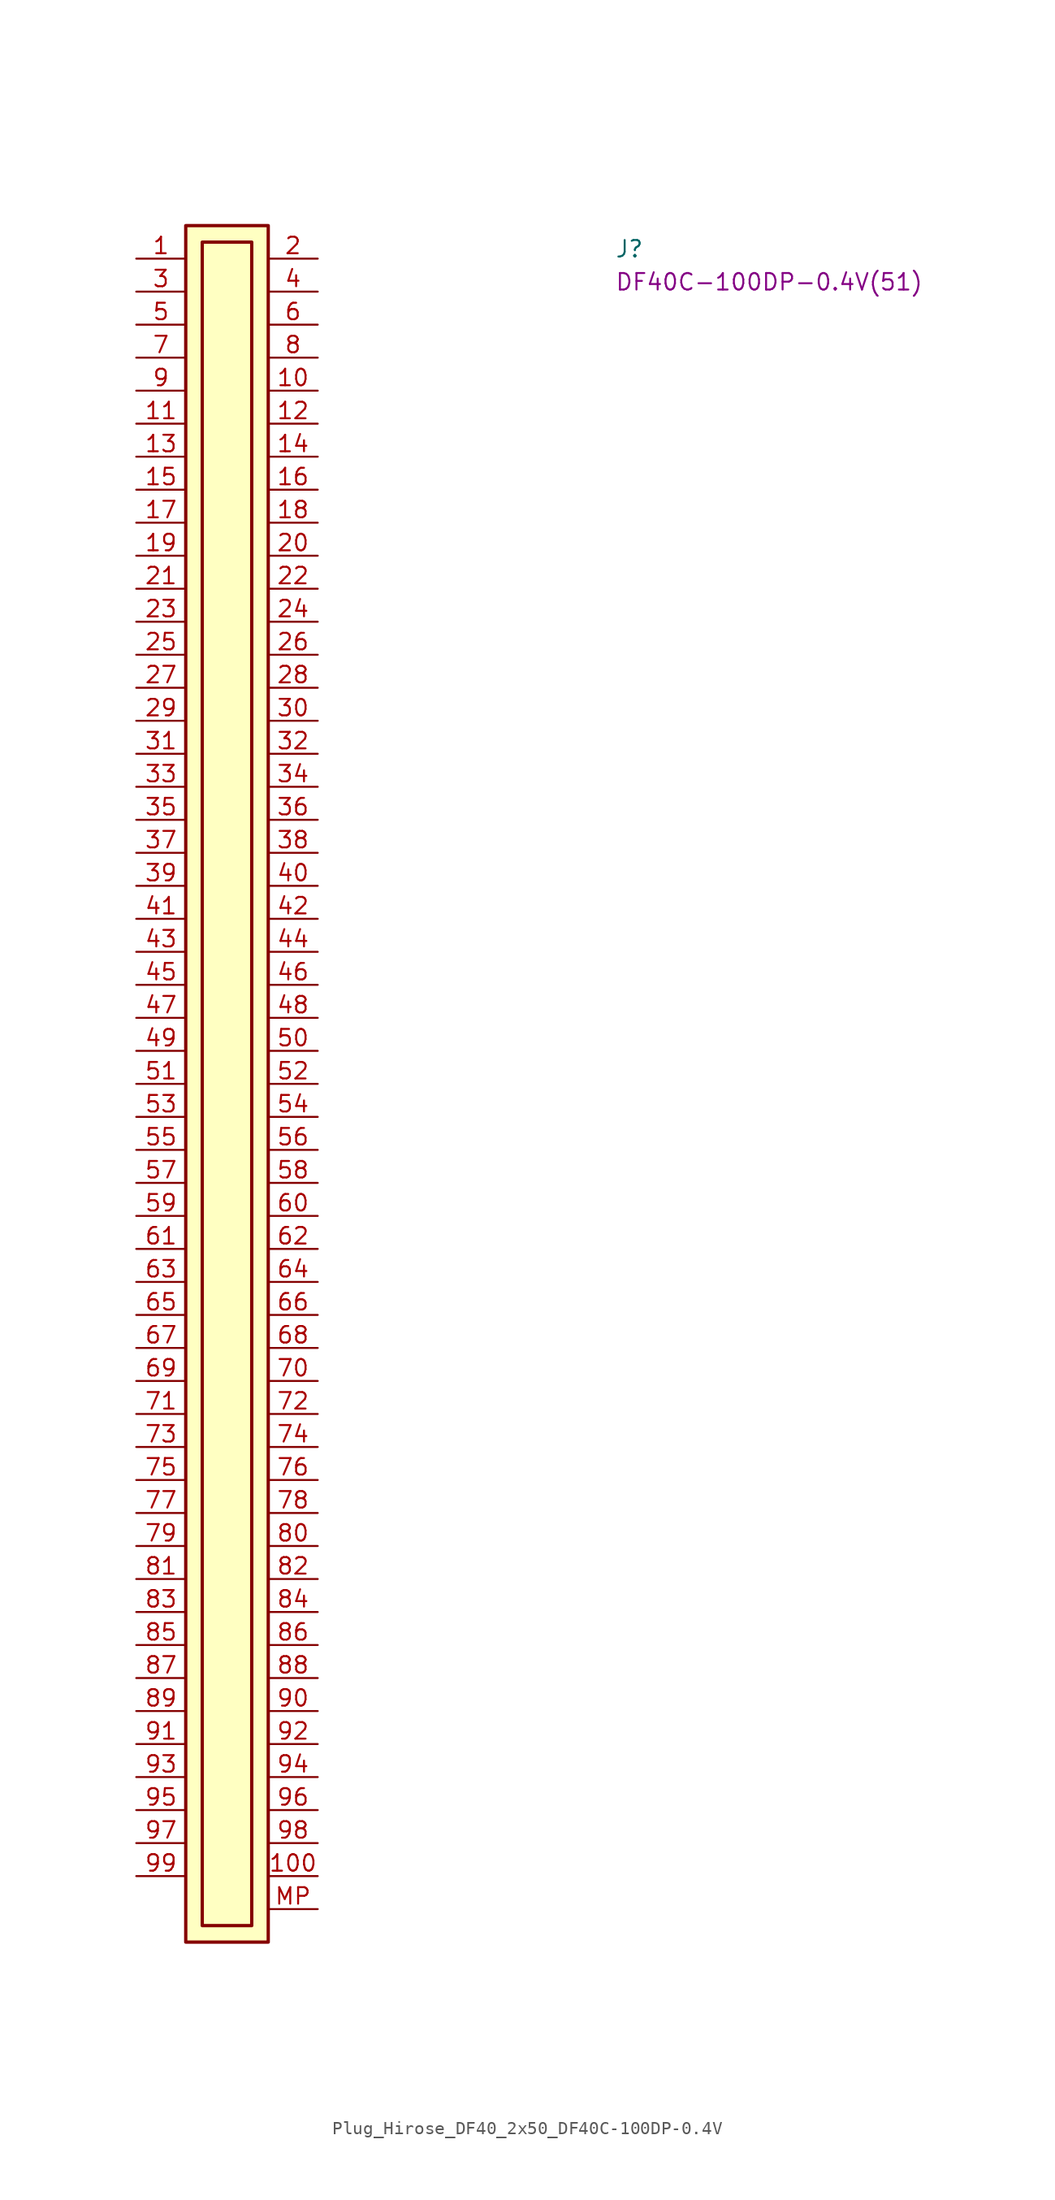
<source format=kicad_sym>
(kicad_symbol_lib
  (version 20220914)
  (generator kicad_symbol_editor)
  (symbol "Plug_Hirose_DF40_2x50_DF40C-100DP-0.4V"
    (pin_names hide)
    (property "Reference" "J"
      (at 36.83 0 0)
      (effects (font (size 1.27 1.27) (thickness 0.15)) (justify left bottom)))
    (property "MPN" "DF40C-100DP-0.4V(51)"
      (at 36.83 -2.54 0)
      (effects (font (size 1.27 1.27) (thickness 0.15)) (justify left bottom)))
    (symbol "Plug_Hirose_DF40_2x50_DF40C-100DP-0.4V_1_1"
      (rectangle (start 3.81 2.54) (end 10.16 -129.54) (stroke (width 0.254) (type default)) (fill (type background)))
      (rectangle (start 5.08 1.27) (end 8.89 -128.27) (stroke (width 0.254) (type default)) (fill (type background)))
      (pin passive line (at 0 0 0) (length 3.81) (name "~" (effects (font (size 1.27 1.27)))) (number "1" (effects (font (size 1.27 1.27)))))
      (pin passive line (at 13.97 -10.16 180) (length 3.81) (name "~" (effects (font (size 1.27 1.27)))) (number "10" (effects (font (size 1.27 1.27)))))
      (pin passive line (at 13.97 -124.46 180) (length 3.81) (name "~" (effects (font (size 1.27 1.27)))) (number "100" (effects (font (size 1.27 1.27)))))
      (pin passive line (at 0 -12.7 0) (length 3.81) (name "~" (effects (font (size 1.27 1.27)))) (number "11" (effects (font (size 1.27 1.27)))))
      (pin passive line (at 13.97 -12.7 180) (length 3.81) (name "~" (effects (font (size 1.27 1.27)))) (number "12" (effects (font (size 1.27 1.27)))))
      (pin passive line (at 0 -15.24 0) (length 3.81) (name "~" (effects (font (size 1.27 1.27)))) (number "13" (effects (font (size 1.27 1.27)))))
      (pin passive line (at 13.97 -15.24 180) (length 3.81) (name "~" (effects (font (size 1.27 1.27)))) (number "14" (effects (font (size 1.27 1.27)))))
      (pin passive line (at 0 -17.78 0) (length 3.81) (name "~" (effects (font (size 1.27 1.27)))) (number "15" (effects (font (size 1.27 1.27)))))
      (pin passive line (at 13.97 -17.78 180) (length 3.81) (name "~" (effects (font (size 1.27 1.27)))) (number "16" (effects (font (size 1.27 1.27)))))
      (pin passive line (at 0 -20.32 0) (length 3.81) (name "~" (effects (font (size 1.27 1.27)))) (number "17" (effects (font (size 1.27 1.27)))))
      (pin passive line (at 13.97 -20.32 180) (length 3.81) (name "~" (effects (font (size 1.27 1.27)))) (number "18" (effects (font (size 1.27 1.27)))))
      (pin passive line (at 0 -22.86 0) (length 3.81) (name "~" (effects (font (size 1.27 1.27)))) (number "19" (effects (font (size 1.27 1.27)))))
      (pin passive line (at 13.97 0 180) (length 3.81) (name "~" (effects (font (size 1.27 1.27)))) (number "2" (effects (font (size 1.27 1.27)))))
      (pin passive line (at 13.97 -22.86 180) (length 3.81) (name "~" (effects (font (size 1.27 1.27)))) (number "20" (effects (font (size 1.27 1.27)))))
      (pin passive line (at 0 -25.4 0) (length 3.81) (name "~" (effects (font (size 1.27 1.27)))) (number "21" (effects (font (size 1.27 1.27)))))
      (pin passive line (at 13.97 -25.4 180) (length 3.81) (name "~" (effects (font (size 1.27 1.27)))) (number "22" (effects (font (size 1.27 1.27)))))
      (pin passive line (at 0 -27.94 0) (length 3.81) (name "~" (effects (font (size 1.27 1.27)))) (number "23" (effects (font (size 1.27 1.27)))))
      (pin passive line (at 13.97 -27.94 180) (length 3.81) (name "~" (effects (font (size 1.27 1.27)))) (number "24" (effects (font (size 1.27 1.27)))))
      (pin passive line (at 0 -30.48 0) (length 3.81) (name "~" (effects (font (size 1.27 1.27)))) (number "25" (effects (font (size 1.27 1.27)))))
      (pin passive line (at 13.97 -30.48 180) (length 3.81) (name "~" (effects (font (size 1.27 1.27)))) (number "26" (effects (font (size 1.27 1.27)))))
      (pin passive line (at 0 -33.02 0) (length 3.81) (name "~" (effects (font (size 1.27 1.27)))) (number "27" (effects (font (size 1.27 1.27)))))
      (pin passive line (at 13.97 -33.02 180) (length 3.81) (name "~" (effects (font (size 1.27 1.27)))) (number "28" (effects (font (size 1.27 1.27)))))
      (pin passive line (at 0 -35.56 0) (length 3.81) (name "~" (effects (font (size 1.27 1.27)))) (number "29" (effects (font (size 1.27 1.27)))))
      (pin passive line (at 0 -2.54 0) (length 3.81) (name "~" (effects (font (size 1.27 1.27)))) (number "3" (effects (font (size 1.27 1.27)))))
      (pin passive line (at 13.97 -35.56 180) (length 3.81) (name "~" (effects (font (size 1.27 1.27)))) (number "30" (effects (font (size 1.27 1.27)))))
      (pin passive line (at 0 -38.1 0) (length 3.81) (name "~" (effects (font (size 1.27 1.27)))) (number "31" (effects (font (size 1.27 1.27)))))
      (pin passive line (at 13.97 -38.1 180) (length 3.81) (name "~" (effects (font (size 1.27 1.27)))) (number "32" (effects (font (size 1.27 1.27)))))
      (pin passive line (at 0 -40.64 0) (length 3.81) (name "~" (effects (font (size 1.27 1.27)))) (number "33" (effects (font (size 1.27 1.27)))))
      (pin passive line (at 13.97 -40.64 180) (length 3.81) (name "~" (effects (font (size 1.27 1.27)))) (number "34" (effects (font (size 1.27 1.27)))))
      (pin passive line (at 0 -43.18 0) (length 3.81) (name "~" (effects (font (size 1.27 1.27)))) (number "35" (effects (font (size 1.27 1.27)))))
      (pin passive line (at 13.97 -43.18 180) (length 3.81) (name "~" (effects (font (size 1.27 1.27)))) (number "36" (effects (font (size 1.27 1.27)))))
      (pin passive line (at 0 -45.72 0) (length 3.81) (name "~" (effects (font (size 1.27 1.27)))) (number "37" (effects (font (size 1.27 1.27)))))
      (pin passive line (at 13.97 -45.72 180) (length 3.81) (name "~" (effects (font (size 1.27 1.27)))) (number "38" (effects (font (size 1.27 1.27)))))
      (pin passive line (at 0 -48.26 0) (length 3.81) (name "~" (effects (font (size 1.27 1.27)))) (number "39" (effects (font (size 1.27 1.27)))))
      (pin passive line (at 13.97 -2.54 180) (length 3.81) (name "~" (effects (font (size 1.27 1.27)))) (number "4" (effects (font (size 1.27 1.27)))))
      (pin passive line (at 13.97 -48.26 180) (length 3.81) (name "~" (effects (font (size 1.27 1.27)))) (number "40" (effects (font (size 1.27 1.27)))))
      (pin passive line (at 0 -50.8 0) (length 3.81) (name "~" (effects (font (size 1.27 1.27)))) (number "41" (effects (font (size 1.27 1.27)))))
      (pin passive line (at 13.97 -50.8 180) (length 3.81) (name "~" (effects (font (size 1.27 1.27)))) (number "42" (effects (font (size 1.27 1.27)))))
      (pin passive line (at 0 -53.34 0) (length 3.81) (name "~" (effects (font (size 1.27 1.27)))) (number "43" (effects (font (size 1.27 1.27)))))
      (pin passive line (at 13.97 -53.34 180) (length 3.81) (name "~" (effects (font (size 1.27 1.27)))) (number "44" (effects (font (size 1.27 1.27)))))
      (pin passive line (at 0 -55.88 0) (length 3.81) (name "~" (effects (font (size 1.27 1.27)))) (number "45" (effects (font (size 1.27 1.27)))))
      (pin passive line (at 13.97 -55.88 180) (length 3.81) (name "~" (effects (font (size 1.27 1.27)))) (number "46" (effects (font (size 1.27 1.27)))))
      (pin passive line (at 0 -58.42 0) (length 3.81) (name "~" (effects (font (size 1.27 1.27)))) (number "47" (effects (font (size 1.27 1.27)))))
      (pin passive line (at 13.97 -58.42 180) (length 3.81) (name "~" (effects (font (size 1.27 1.27)))) (number "48" (effects (font (size 1.27 1.27)))))
      (pin passive line (at 0 -60.96 0) (length 3.81) (name "~" (effects (font (size 1.27 1.27)))) (number "49" (effects (font (size 1.27 1.27)))))
      (pin passive line (at 0 -5.08 0) (length 3.81) (name "~" (effects (font (size 1.27 1.27)))) (number "5" (effects (font (size 1.27 1.27)))))
      (pin passive line (at 13.97 -60.96 180) (length 3.81) (name "~" (effects (font (size 1.27 1.27)))) (number "50" (effects (font (size 1.27 1.27)))))
      (pin passive line (at 0 -63.5 0) (length 3.81) (name "~" (effects (font (size 1.27 1.27)))) (number "51" (effects (font (size 1.27 1.27)))))
      (pin passive line (at 13.97 -63.5 180) (length 3.81) (name "~" (effects (font (size 1.27 1.27)))) (number "52" (effects (font (size 1.27 1.27)))))
      (pin passive line (at 0 -66.04 0) (length 3.81) (name "~" (effects (font (size 1.27 1.27)))) (number "53" (effects (font (size 1.27 1.27)))))
      (pin passive line (at 13.97 -66.04 180) (length 3.81) (name "~" (effects (font (size 1.27 1.27)))) (number "54" (effects (font (size 1.27 1.27)))))
      (pin passive line (at 0 -68.58 0) (length 3.81) (name "~" (effects (font (size 1.27 1.27)))) (number "55" (effects (font (size 1.27 1.27)))))
      (pin passive line (at 13.97 -68.58 180) (length 3.81) (name "~" (effects (font (size 1.27 1.27)))) (number "56" (effects (font (size 1.27 1.27)))))
      (pin passive line (at 0 -71.12 0) (length 3.81) (name "~" (effects (font (size 1.27 1.27)))) (number "57" (effects (font (size 1.27 1.27)))))
      (pin passive line (at 13.97 -71.12 180) (length 3.81) (name "~" (effects (font (size 1.27 1.27)))) (number "58" (effects (font (size 1.27 1.27)))))
      (pin passive line (at 0 -73.66 0) (length 3.81) (name "~" (effects (font (size 1.27 1.27)))) (number "59" (effects (font (size 1.27 1.27)))))
      (pin passive line (at 13.97 -5.08 180) (length 3.81) (name "~" (effects (font (size 1.27 1.27)))) (number "6" (effects (font (size 1.27 1.27)))))
      (pin passive line (at 13.97 -73.66 180) (length 3.81) (name "~" (effects (font (size 1.27 1.27)))) (number "60" (effects (font (size 1.27 1.27)))))
      (pin passive line (at 0 -76.2 0) (length 3.81) (name "~" (effects (font (size 1.27 1.27)))) (number "61" (effects (font (size 1.27 1.27)))))
      (pin passive line (at 13.97 -76.2 180) (length 3.81) (name "~" (effects (font (size 1.27 1.27)))) (number "62" (effects (font (size 1.27 1.27)))))
      (pin passive line (at 0 -78.74 0) (length 3.81) (name "~" (effects (font (size 1.27 1.27)))) (number "63" (effects (font (size 1.27 1.27)))))
      (pin passive line (at 13.97 -78.74 180) (length 3.81) (name "~" (effects (font (size 1.27 1.27)))) (number "64" (effects (font (size 1.27 1.27)))))
      (pin passive line (at 0 -81.28 0) (length 3.81) (name "~" (effects (font (size 1.27 1.27)))) (number "65" (effects (font (size 1.27 1.27)))))
      (pin passive line (at 13.97 -81.28 180) (length 3.81) (name "~" (effects (font (size 1.27 1.27)))) (number "66" (effects (font (size 1.27 1.27)))))
      (pin passive line (at 0 -83.82 0) (length 3.81) (name "~" (effects (font (size 1.27 1.27)))) (number "67" (effects (font (size 1.27 1.27)))))
      (pin passive line (at 13.97 -83.82 180) (length 3.81) (name "~" (effects (font (size 1.27 1.27)))) (number "68" (effects (font (size 1.27 1.27)))))
      (pin passive line (at 0 -86.36 0) (length 3.81) (name "~" (effects (font (size 1.27 1.27)))) (number "69" (effects (font (size 1.27 1.27)))))
      (pin passive line (at 0 -7.62 0) (length 3.81) (name "~" (effects (font (size 1.27 1.27)))) (number "7" (effects (font (size 1.27 1.27)))))
      (pin passive line (at 13.97 -86.36 180) (length 3.81) (name "~" (effects (font (size 1.27 1.27)))) (number "70" (effects (font (size 1.27 1.27)))))
      (pin passive line (at 0 -88.9 0) (length 3.81) (name "~" (effects (font (size 1.27 1.27)))) (number "71" (effects (font (size 1.27 1.27)))))
      (pin passive line (at 13.97 -88.9 180) (length 3.81) (name "~" (effects (font (size 1.27 1.27)))) (number "72" (effects (font (size 1.27 1.27)))))
      (pin passive line (at 0 -91.44 0) (length 3.81) (name "~" (effects (font (size 1.27 1.27)))) (number "73" (effects (font (size 1.27 1.27)))))
      (pin passive line (at 13.97 -91.44 180) (length 3.81) (name "~" (effects (font (size 1.27 1.27)))) (number "74" (effects (font (size 1.27 1.27)))))
      (pin passive line (at 0 -93.98 0) (length 3.81) (name "~" (effects (font (size 1.27 1.27)))) (number "75" (effects (font (size 1.27 1.27)))))
      (pin passive line (at 13.97 -93.98 180) (length 3.81) (name "~" (effects (font (size 1.27 1.27)))) (number "76" (effects (font (size 1.27 1.27)))))
      (pin passive line (at 0 -96.52 0) (length 3.81) (name "~" (effects (font (size 1.27 1.27)))) (number "77" (effects (font (size 1.27 1.27)))))
      (pin passive line (at 13.97 -96.52 180) (length 3.81) (name "~" (effects (font (size 1.27 1.27)))) (number "78" (effects (font (size 1.27 1.27)))))
      (pin passive line (at 0 -99.06 0) (length 3.81) (name "~" (effects (font (size 1.27 1.27)))) (number "79" (effects (font (size 1.27 1.27)))))
      (pin passive line (at 13.97 -7.62 180) (length 3.81) (name "~" (effects (font (size 1.27 1.27)))) (number "8" (effects (font (size 1.27 1.27)))))
      (pin passive line (at 13.97 -99.06 180) (length 3.81) (name "~" (effects (font (size 1.27 1.27)))) (number "80" (effects (font (size 1.27 1.27)))))
      (pin passive line (at 0 -101.6 0) (length 3.81) (name "~" (effects (font (size 1.27 1.27)))) (number "81" (effects (font (size 1.27 1.27)))))
      (pin passive line (at 13.97 -101.6 180) (length 3.81) (name "~" (effects (font (size 1.27 1.27)))) (number "82" (effects (font (size 1.27 1.27)))))
      (pin passive line (at 0 -104.14 0) (length 3.81) (name "~" (effects (font (size 1.27 1.27)))) (number "83" (effects (font (size 1.27 1.27)))))
      (pin passive line (at 13.97 -104.14 180) (length 3.81) (name "~" (effects (font (size 1.27 1.27)))) (number "84" (effects (font (size 1.27 1.27)))))
      (pin passive line (at 0 -106.68 0) (length 3.81) (name "~" (effects (font (size 1.27 1.27)))) (number "85" (effects (font (size 1.27 1.27)))))
      (pin passive line (at 13.97 -106.68 180) (length 3.81) (name "~" (effects (font (size 1.27 1.27)))) (number "86" (effects (font (size 1.27 1.27)))))
      (pin passive line (at 0 -109.22 0) (length 3.81) (name "~" (effects (font (size 1.27 1.27)))) (number "87" (effects (font (size 1.27 1.27)))))
      (pin passive line (at 13.97 -109.22 180) (length 3.81) (name "~" (effects (font (size 1.27 1.27)))) (number "88" (effects (font (size 1.27 1.27)))))
      (pin passive line (at 0 -111.76 0) (length 3.81) (name "~" (effects (font (size 1.27 1.27)))) (number "89" (effects (font (size 1.27 1.27)))))
      (pin passive line (at 0 -10.16 0) (length 3.81) (name "~" (effects (font (size 1.27 1.27)))) (number "9" (effects (font (size 1.27 1.27)))))
      (pin passive line (at 13.97 -111.76 180) (length 3.81) (name "~" (effects (font (size 1.27 1.27)))) (number "90" (effects (font (size 1.27 1.27)))))
      (pin passive line (at 0 -114.3 0) (length 3.81) (name "~" (effects (font (size 1.27 1.27)))) (number "91" (effects (font (size 1.27 1.27)))))
      (pin passive line (at 13.97 -114.3 180) (length 3.81) (name "~" (effects (font (size 1.27 1.27)))) (number "92" (effects (font (size 1.27 1.27)))))
      (pin passive line (at 0 -116.84 0) (length 3.81) (name "~" (effects (font (size 1.27 1.27)))) (number "93" (effects (font (size 1.27 1.27)))))
      (pin passive line (at 13.97 -116.84 180) (length 3.81) (name "~" (effects (font (size 1.27 1.27)))) (number "94" (effects (font (size 1.27 1.27)))))
      (pin passive line (at 0 -119.38 0) (length 3.81) (name "~" (effects (font (size 1.27 1.27)))) (number "95" (effects (font (size 1.27 1.27)))))
      (pin passive line (at 13.97 -119.38 180) (length 3.81) (name "~" (effects (font (size 1.27 1.27)))) (number "96" (effects (font (size 1.27 1.27)))))
      (pin passive line (at 0 -121.92 0) (length 3.81) (name "~" (effects (font (size 1.27 1.27)))) (number "97" (effects (font (size 1.27 1.27)))))
      (pin passive line (at 13.97 -121.92 180) (length 3.81) (name "~" (effects (font (size 1.27 1.27)))) (number "98" (effects (font (size 1.27 1.27)))))
      (pin passive line (at 0 -124.46 0) (length 3.81) (name "~" (effects (font (size 1.27 1.27)))) (number "99" (effects (font (size 1.27 1.27)))))
      (pin passive line (at 13.97 -127 180) (length 3.81) (name "MP" (effects (font (size 1.27 1.27)))) (number "MP" (effects (font (size 1.27 1.27))))))))
</source>
